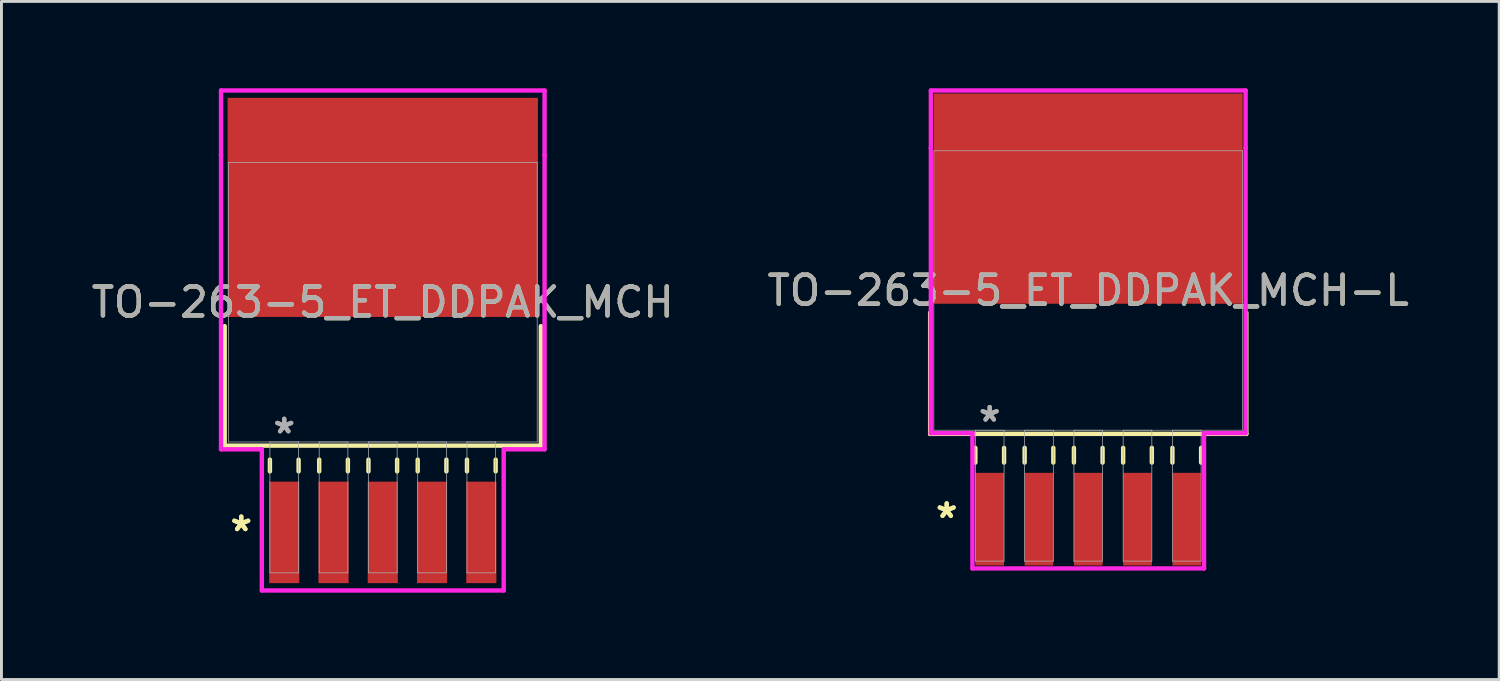
<source format=kicad_pcb>
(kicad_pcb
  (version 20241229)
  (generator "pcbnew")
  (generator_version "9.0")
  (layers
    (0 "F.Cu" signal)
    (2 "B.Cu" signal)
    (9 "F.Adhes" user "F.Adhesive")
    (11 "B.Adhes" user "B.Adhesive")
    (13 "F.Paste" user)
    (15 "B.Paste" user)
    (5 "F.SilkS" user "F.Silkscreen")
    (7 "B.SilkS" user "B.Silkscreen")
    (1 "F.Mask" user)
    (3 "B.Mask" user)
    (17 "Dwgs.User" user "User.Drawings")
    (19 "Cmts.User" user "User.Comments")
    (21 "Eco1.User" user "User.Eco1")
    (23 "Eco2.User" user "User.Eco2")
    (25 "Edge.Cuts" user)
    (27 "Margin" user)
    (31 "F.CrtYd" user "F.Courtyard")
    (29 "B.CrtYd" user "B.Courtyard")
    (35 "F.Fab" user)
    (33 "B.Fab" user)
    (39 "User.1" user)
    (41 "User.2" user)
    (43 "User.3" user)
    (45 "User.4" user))
  (footprint "TO-263-5_ET_DDPAK_MCH-L"
    (layer "F.Cu")
    (at 34.542 6.985)
    (property "Reference" "TO-263-5_ET_DDPAK_MCH-L" (at 0 0 0) (unlocked yes) (layer "F.SilkS") (effects (font (size 1 1) (thickness 0.15))))
    (attr smd)
    (fp_line (start -5.461 0.765) (end -5.461 4.953) (stroke (width 0.152) (type solid)) (layer "F.SilkS"))
    (fp_line (start -5.461 4.953) (end 5.461 4.953) (stroke (width 0.152) (type solid)) (layer "F.SilkS"))
    (fp_line (start -3.899 5.436) (end -3.899 5.944) (stroke (width 0.152) (type solid)) (layer "F.SilkS"))
    (fp_line (start -2.908 5.436) (end -2.908 5.944) (stroke (width 0.152) (type solid)) (layer "F.SilkS"))
    (fp_line (start -2.197 5.436) (end -2.197 5.944) (stroke (width 0.152) (type solid)) (layer "F.SilkS"))
    (fp_line (start -1.206 5.436) (end -1.206 5.944) (stroke (width 0.152) (type solid)) (layer "F.SilkS"))
    (fp_line (start -0.495 5.436) (end -0.495 5.944) (stroke (width 0.152) (type solid)) (layer "F.SilkS"))
    (fp_line (start 0.495 5.436) (end 0.495 5.944) (stroke (width 0.152) (type solid)) (layer "F.SilkS"))
    (fp_line (start 1.206 5.436) (end 1.206 5.944) (stroke (width 0.152) (type solid)) (layer "F.SilkS"))
    (fp_line (start 2.197 5.436) (end 2.197 5.944) (stroke (width 0.152) (type solid)) (layer "F.SilkS"))
    (fp_line (start 2.908 5.436) (end 2.908 5.944) (stroke (width 0.152) (type solid)) (layer "F.SilkS"))
    (fp_line (start 3.899 5.436) (end 3.899 5.944) (stroke (width 0.152) (type solid)) (layer "F.SilkS"))
    (fp_line (start 5.461 4.953) (end 5.461 0.765) (stroke (width 0.152) (type solid)) (layer "F.SilkS"))
    (fp_line (start -5.436 -6.909) (end 5.436 -6.909) (stroke (width 0.152) (type solid)) (layer "F.CrtYd"))
    (fp_line (start -5.436 -4.928) (end -5.436 -6.909) (stroke (width 0.152) (type solid)) (layer "F.CrtYd"))
    (fp_line (start -5.436 -4.928) (end -5.436 -4.928) (stroke (width 0.152) (type solid)) (layer "F.CrtYd"))
    (fp_line (start -5.436 4.928) (end -5.436 -4.928) (stroke (width 0.152) (type solid)) (layer "F.CrtYd"))
    (fp_line (start -4 4.928) (end -5.436 4.928) (stroke (width 0.152) (type solid)) (layer "F.CrtYd"))
    (fp_line (start -4 9.601) (end -4 4.928) (stroke (width 0.152) (type solid)) (layer "F.CrtYd"))
    (fp_line (start 4 4.928) (end 4 9.601) (stroke (width 0.152) (type solid)) (layer "F.CrtYd"))
    (fp_line (start 4 9.601) (end -4 9.601) (stroke (width 0.152) (type solid)) (layer "F.CrtYd"))
    (fp_line (start 5.436 -6.909) (end 5.436 -4.928) (stroke (width 0.152) (type solid)) (layer "F.CrtYd"))
    (fp_line (start 5.436 -4.928) (end 5.436 -4.928) (stroke (width 0.152) (type solid)) (layer "F.CrtYd"))
    (fp_line (start 5.436 -4.928) (end 5.436 4.928) (stroke (width 0.152) (type solid)) (layer "F.CrtYd"))
    (fp_line (start 5.436 4.928) (end 4 4.928) (stroke (width 0.152) (type solid)) (layer "F.CrtYd"))
    (fp_line (start -5.334 -4.826) (end -5.334 4.826) (stroke (width 0.025) (type solid)) (layer "F.Fab"))
    (fp_line (start -5.334 4.826) (end 5.334 4.826) (stroke (width 0.025) (type solid)) (layer "F.Fab"))
    (fp_line (start -3.899 4.826) (end -3.899 9.347) (stroke (width 0.025) (type solid)) (layer "F.Fab"))
    (fp_line (start -3.899 9.347) (end -2.908 9.347) (stroke (width 0.025) (type solid)) (layer "F.Fab"))
    (fp_line (start -2.908 4.826) (end -3.899 4.826) (stroke (width 0.025) (type solid)) (layer "F.Fab"))
    (fp_line (start -2.908 9.347) (end -2.908 4.826) (stroke (width 0.025) (type solid)) (layer "F.Fab"))
    (fp_line (start -2.197 4.826) (end -2.197 9.347) (stroke (width 0.025) (type solid)) (layer "F.Fab"))
    (fp_line (start -2.197 9.347) (end -1.206 9.347) (stroke (width 0.025) (type solid)) (layer "F.Fab"))
    (fp_line (start -1.206 4.826) (end -2.197 4.826) (stroke (width 0.025) (type solid)) (layer "F.Fab"))
    (fp_line (start -1.206 9.347) (end -1.206 4.826) (stroke (width 0.025) (type solid)) (layer "F.Fab"))
    (fp_line (start -0.495 4.826) (end -0.495 9.347) (stroke (width 0.025) (type solid)) (layer "F.Fab"))
    (fp_line (start -0.495 9.347) (end 0.495 9.347) (stroke (width 0.025) (type solid)) (layer "F.Fab"))
    (fp_line (start 0.495 4.826) (end -0.495 4.826) (stroke (width 0.025) (type solid)) (layer "F.Fab"))
    (fp_line (start 0.495 9.347) (end 0.495 4.826) (stroke (width 0.025) (type solid)) (layer "F.Fab"))
    (fp_line (start 1.206 4.826) (end 1.206 9.347) (stroke (width 0.025) (type solid)) (layer "F.Fab"))
    (fp_line (start 1.206 9.347) (end 2.197 9.347) (stroke (width 0.025) (type solid)) (layer "F.Fab"))
    (fp_line (start 2.197 4.826) (end 1.206 4.826) (stroke (width 0.025) (type solid)) (layer "F.Fab"))
    (fp_line (start 2.197 9.347) (end 2.197 4.826) (stroke (width 0.025) (type solid)) (layer "F.Fab"))
    (fp_line (start 2.908 4.826) (end 2.908 9.347) (stroke (width 0.025) (type solid)) (layer "F.Fab"))
    (fp_line (start 2.908 9.347) (end 3.899 9.347) (stroke (width 0.025) (type solid)) (layer "F.Fab"))
    (fp_line (start 3.899 4.826) (end 2.908 4.826) (stroke (width 0.025) (type solid)) (layer "F.Fab"))
    (fp_line (start 3.899 9.347) (end 3.899 4.826) (stroke (width 0.025) (type solid)) (layer "F.Fab"))
    (fp_line (start 5.334 -4.826) (end -5.334 -4.826) (stroke (width 0.025) (type solid)) (layer "F.Fab"))
    (fp_line (start 5.334 4.826) (end 5.334 -4.826) (stroke (width 0.025) (type solid)) (layer "F.Fab"))
    (fp_text user "*" (at -4.889 7.899 0) (unlocked yes) (layer "F.SilkS") (effects (font (size 1 1) (thickness 0.15))))
    (fp_text user "*" (at -4.889 7.899 0) (layer "F.SilkS") (effects (font (size 1 1) (thickness 0.15))))
    (fp_text user "*" (at -3.404 4.572 0) (unlocked yes) (layer "F.Fab") (effects (font (size 1 1) (thickness 0.15))))
    (fp_text user "*" (at -3.404 4.572 0) (layer "F.Fab") (effects (font (size 1 1) (thickness 0.15))))
    (fp_text user "${REFERENCE}" (at 0 0 0) (unlocked yes) (layer "F.Fab") (effects (font (size 1 1) (thickness 0.15))))
    (pad "1" smd rect (at -3.404 7.899) (size 0.991 3.2) (layers "F.Cu" "F.Mask" "F.Paste"))
    (pad "2" smd rect (at -1.702 7.899) (size 0.991 3.2) (layers "F.Cu" "F.Mask" "F.Paste"))
    (pad "3" smd rect (at 0 7.899) (size 0.991 3.2) (layers "F.Cu" "F.Mask" "F.Paste"))
    (pad "4" smd rect (at 1.702 7.899) (size 0.991 3.2) (layers "F.Cu" "F.Mask" "F.Paste"))
    (pad "5" smd rect (at 3.404 7.899) (size 0.991 3.2) (layers "F.Cu" "F.Mask" "F.Paste"))
    (pad "6" smd rect (at 0 -3.175) (size 10.668 7.264) (layers "F.Cu" "F.Mask" "F.Paste")))
  (footprint "TO-263-5_ET_DDPAK_MCH"
    (layer "F.Cu")
    (at 10.173 7.391)
    (property "Reference" "TO-263-5_ET_DDPAK_MCH" (at 0 0 0) (unlocked yes) (layer "F.SilkS") (effects (font (size 1 1) (thickness 0.15))))
    (attr smd)
    (fp_line (start -5.461 0.825) (end -5.461 4.953) (stroke (width 0.152) (type solid)) (layer "F.SilkS"))
    (fp_line (start -5.461 4.953) (end 5.461 4.953) (stroke (width 0.152) (type solid)) (layer "F.SilkS"))
    (fp_line (start -3.899 5.436) (end -3.899 5.842) (stroke (width 0.152) (type solid)) (layer "F.SilkS"))
    (fp_line (start -2.908 5.436) (end -2.908 5.842) (stroke (width 0.152) (type solid)) (layer "F.SilkS"))
    (fp_line (start -2.197 5.436) (end -2.197 5.842) (stroke (width 0.152) (type solid)) (layer "F.SilkS"))
    (fp_line (start -1.206 5.436) (end -1.206 5.842) (stroke (width 0.152) (type solid)) (layer "F.SilkS"))
    (fp_line (start -0.495 5.436) (end -0.495 5.842) (stroke (width 0.152) (type solid)) (layer "F.SilkS"))
    (fp_line (start 0.495 5.436) (end 0.495 5.842) (stroke (width 0.152) (type solid)) (layer "F.SilkS"))
    (fp_line (start 1.206 5.436) (end 1.206 5.842) (stroke (width 0.152) (type solid)) (layer "F.SilkS"))
    (fp_line (start 2.197 5.436) (end 2.197 5.842) (stroke (width 0.152) (type solid)) (layer "F.SilkS"))
    (fp_line (start 2.908 5.436) (end 2.908 5.842) (stroke (width 0.152) (type solid)) (layer "F.SilkS"))
    (fp_line (start 3.899 5.436) (end 3.899 5.842) (stroke (width 0.152) (type solid)) (layer "F.SilkS"))
    (fp_line (start 5.461 4.953) (end 5.461 0.825) (stroke (width 0.152) (type solid)) (layer "F.SilkS"))
    (fp_line (start -5.588 -7.315) (end 5.588 -7.315) (stroke (width 0.152) (type solid)) (layer "F.CrtYd"))
    (fp_line (start -5.588 -5.08) (end -5.588 -7.315) (stroke (width 0.152) (type solid)) (layer "F.CrtYd"))
    (fp_line (start -5.588 -5.08) (end -5.588 -5.08) (stroke (width 0.152) (type solid)) (layer "F.CrtYd"))
    (fp_line (start -5.588 5.08) (end -5.588 -5.08) (stroke (width 0.152) (type solid)) (layer "F.CrtYd"))
    (fp_line (start -4.178 5.08) (end -5.588 5.08) (stroke (width 0.152) (type solid)) (layer "F.CrtYd"))
    (fp_line (start -4.178 9.957) (end -4.178 5.08) (stroke (width 0.152) (type solid)) (layer "F.CrtYd"))
    (fp_line (start 4.178 5.08) (end 4.178 9.957) (stroke (width 0.152) (type solid)) (layer "F.CrtYd"))
    (fp_line (start 4.178 9.957) (end -4.178 9.957) (stroke (width 0.152) (type solid)) (layer "F.CrtYd"))
    (fp_line (start 5.588 -7.315) (end 5.588 -5.08) (stroke (width 0.152) (type solid)) (layer "F.CrtYd"))
    (fp_line (start 5.588 -5.08) (end 5.588 -5.08) (stroke (width 0.152) (type solid)) (layer "F.CrtYd"))
    (fp_line (start 5.588 -5.08) (end 5.588 5.08) (stroke (width 0.152) (type solid)) (layer "F.CrtYd"))
    (fp_line (start 5.588 5.08) (end 4.178 5.08) (stroke (width 0.152) (type solid)) (layer "F.CrtYd"))
    (fp_line (start -5.334 -4.826) (end -5.334 4.826) (stroke (width 0.025) (type solid)) (layer "F.Fab"))
    (fp_line (start -5.334 4.826) (end 5.334 4.826) (stroke (width 0.025) (type solid)) (layer "F.Fab"))
    (fp_line (start -3.899 4.826) (end -3.899 9.347) (stroke (width 0.025) (type solid)) (layer "F.Fab"))
    (fp_line (start -3.899 9.347) (end -2.908 9.347) (stroke (width 0.025) (type solid)) (layer "F.Fab"))
    (fp_line (start -2.908 4.826) (end -3.899 4.826) (stroke (width 0.025) (type solid)) (layer "F.Fab"))
    (fp_line (start -2.908 9.347) (end -2.908 4.826) (stroke (width 0.025) (type solid)) (layer "F.Fab"))
    (fp_line (start -2.197 4.826) (end -2.197 9.347) (stroke (width 0.025) (type solid)) (layer "F.Fab"))
    (fp_line (start -2.197 9.347) (end -1.206 9.347) (stroke (width 0.025) (type solid)) (layer "F.Fab"))
    (fp_line (start -1.206 4.826) (end -2.197 4.826) (stroke (width 0.025) (type solid)) (layer "F.Fab"))
    (fp_line (start -1.206 9.347) (end -1.206 4.826) (stroke (width 0.025) (type solid)) (layer "F.Fab"))
    (fp_line (start -0.495 4.826) (end -0.495 9.347) (stroke (width 0.025) (type solid)) (layer "F.Fab"))
    (fp_line (start -0.495 9.347) (end 0.495 9.347) (stroke (width 0.025) (type solid)) (layer "F.Fab"))
    (fp_line (start 0.495 4.826) (end -0.495 4.826) (stroke (width 0.025) (type solid)) (layer "F.Fab"))
    (fp_line (start 0.495 9.347) (end 0.495 4.826) (stroke (width 0.025) (type solid)) (layer "F.Fab"))
    (fp_line (start 1.206 4.826) (end 1.206 9.347) (stroke (width 0.025) (type solid)) (layer "F.Fab"))
    (fp_line (start 1.206 9.347) (end 2.197 9.347) (stroke (width 0.025) (type solid)) (layer "F.Fab"))
    (fp_line (start 2.197 4.826) (end 1.206 4.826) (stroke (width 0.025) (type solid)) (layer "F.Fab"))
    (fp_line (start 2.197 9.347) (end 2.197 4.826) (stroke (width 0.025) (type solid)) (layer "F.Fab"))
    (fp_line (start 2.908 4.826) (end 2.908 9.347) (stroke (width 0.025) (type solid)) (layer "F.Fab"))
    (fp_line (start 2.908 9.347) (end 3.899 9.347) (stroke (width 0.025) (type solid)) (layer "F.Fab"))
    (fp_line (start 3.899 4.826) (end 2.908 4.826) (stroke (width 0.025) (type solid)) (layer "F.Fab"))
    (fp_line (start 3.899 9.347) (end 3.899 4.826) (stroke (width 0.025) (type solid)) (layer "F.Fab"))
    (fp_line (start 5.334 -4.826) (end -5.334 -4.826) (stroke (width 0.025) (type solid)) (layer "F.Fab"))
    (fp_line (start 5.334 4.826) (end 5.334 -4.826) (stroke (width 0.025) (type solid)) (layer "F.Fab"))
    (fp_text user "*" (at -4.889 7.95 0) (layer "F.SilkS") (effects (font (size 1 1) (thickness 0.15))))
    (fp_text user "*" (at -4.889 7.95 0) (unlocked yes) (layer "F.SilkS") (effects (font (size 1 1) (thickness 0.15))))
    (fp_text user "${REFERENCE}" (at 0 0 0) (unlocked yes) (layer "F.Fab") (effects (font (size 1 1) (thickness 0.15))))
    (fp_text user "*" (at -3.404 4.572 0) (layer "F.Fab") (effects (font (size 1 1) (thickness 0.15))))
    (fp_text user "*" (at -3.404 4.572 0) (unlocked yes) (layer "F.Fab") (effects (font (size 1 1) (thickness 0.15))))
    (pad "1" smd rect (at -3.404 7.95) (size 1.041 3.505) (layers "F.Cu" "F.Mask" "F.Paste"))
    (pad "2" smd rect (at -1.702 7.95) (size 1.041 3.505) (layers "F.Cu" "F.Mask" "F.Paste"))
    (pad "3" smd rect (at 0 7.95) (size 1.041 3.505) (layers "F.Cu" "F.Mask" "F.Paste"))
    (pad "4" smd rect (at 1.702 7.95) (size 1.041 3.505) (layers "F.Cu" "F.Mask" "F.Paste"))
    (pad "5" smd rect (at 3.404 7.95) (size 1.041 3.505) (layers "F.Cu" "F.Mask" "F.Paste"))
    (pad "6" smd rect (at 0 -3.277) (size 10.719 7.569) (layers "F.Cu" "F.Mask" "F.Paste")))
  (gr_rect
    (start -3 -3)
    (end 48.738 20.424)
    (stroke (width 0.1) (type default))
    (fill no)
    (layer "Edge.Cuts")))
</source>
